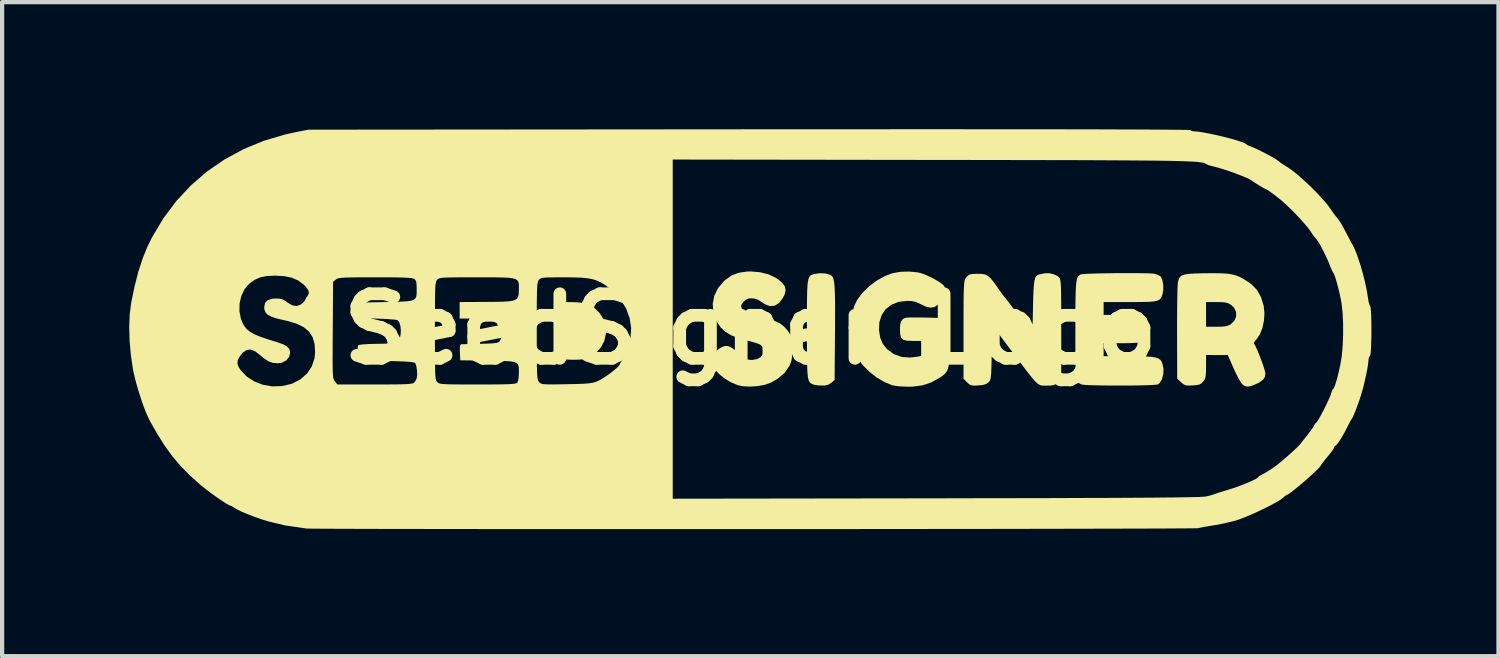
<source format=kicad_pcb>
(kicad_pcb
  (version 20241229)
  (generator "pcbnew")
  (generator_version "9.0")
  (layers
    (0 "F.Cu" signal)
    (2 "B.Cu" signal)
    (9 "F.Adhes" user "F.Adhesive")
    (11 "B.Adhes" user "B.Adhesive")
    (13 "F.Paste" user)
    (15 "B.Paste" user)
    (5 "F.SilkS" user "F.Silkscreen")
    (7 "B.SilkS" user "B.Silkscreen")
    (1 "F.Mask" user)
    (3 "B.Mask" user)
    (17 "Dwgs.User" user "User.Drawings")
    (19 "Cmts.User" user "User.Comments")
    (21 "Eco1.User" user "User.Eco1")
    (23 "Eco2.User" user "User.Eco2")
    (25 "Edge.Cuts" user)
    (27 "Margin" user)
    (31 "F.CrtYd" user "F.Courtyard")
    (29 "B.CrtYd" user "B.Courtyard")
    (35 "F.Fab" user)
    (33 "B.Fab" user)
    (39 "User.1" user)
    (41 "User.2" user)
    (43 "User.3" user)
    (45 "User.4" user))
  (footprint "SeedSigner_Logo"
    (layer "F.Cu")
    (at 14.664 4.719)
    (property "Reference" "SeedSigner_Logo" (at 0 0 0) (layer "F.SilkS") (effects (font (size 1.524 1.524) (thickness 0.3))))
    (attr board_only exclude_from_pos_files exclude_from_bom)
    (fp_poly (pts (xy -4.146 -0.635) (xy -4.036 -0.628) (xy -3.938 -0.618) (xy -3.869 -0.604) (xy -3.86 -0.601) (xy -3.695 -0.513) (xy -3.561 -0.38) (xy -3.488 -0.263) (xy -3.423 -0.079) (xy -3.411 0.104) (xy -3.449 0.279) (xy -3.535 0.439) (xy -3.666 0.576) (xy -3.807 0.667) (xy -3.876 0.695) (xy -3.957 0.713) (xy -4.066 0.721) (xy -4.18 0.723) (xy -4.295 0.72) (xy -4.387 0.715) (xy -4.443 0.707) (xy -4.454 0.702) (xy -4.456 0.671) (xy -4.458 0.594) (xy -4.458 0.481) (xy -4.459 0.341) (xy -4.459 0.183) (xy -4.458 0.017) (xy -4.457 -0.148) (xy -4.456 -0.302) (xy -4.454 -0.436) (xy -4.452 -0.54) (xy -4.45 -0.605) (xy -4.449 -0.618) (xy -4.422 -0.63) (xy -4.353 -0.637) (xy -4.257 -0.638)) (stroke (width 0) (type solid)) (fill yes) (layer "F.SilkS"))
    (fp_poly (pts (xy 1.765 -1.314) (xy 1.871 -1.287) (xy 1.892 -1.277) (xy 1.918 -1.259) (xy 1.941 -1.231) (xy 1.958 -1.188) (xy 1.972 -1.127) (xy 1.983 -1.041) (xy 1.99 -0.927) (xy 1.995 -0.779) (xy 1.998 -0.593) (xy 1.998 -0.363) (xy 1.997 -0.086) (xy 1.996 0.079) (xy 1.987 1.2) (xy 1.909 1.267) (xy 1.843 1.31) (xy 1.766 1.33) (xy 1.687 1.332) (xy 1.591 1.327) (xy 1.51 1.314) (xy 1.483 1.306) (xy 1.448 1.291) (xy 1.418 1.274) (xy 1.395 1.249) (xy 1.376 1.212) (xy 1.361 1.158) (xy 1.351 1.081) (xy 1.343 0.977) (xy 1.338 0.841) (xy 1.336 0.667) (xy 1.334 0.45) (xy 1.334 0.186) (xy 1.334 0) (xy 1.334 -0.296) (xy 1.334 -0.542) (xy 1.336 -0.742) (xy 1.34 -0.901) (xy 1.346 -1.025) (xy 1.356 -1.118) (xy 1.37 -1.185) (xy 1.388 -1.231) (xy 1.413 -1.261) (xy 1.443 -1.28) (xy 1.48 -1.293) (xy 1.523 -1.304) (xy 1.639 -1.32)) (stroke (width 0) (type solid)) (fill yes) (layer "F.SilkS"))
    (fp_poly (pts (xy 0.221 -1.344) (xy 0.426 -1.293) (xy 0.598 -1.212) (xy 0.626 -1.194) (xy 0.745 -1.1) (xy 0.812 -1.01) (xy 0.831 -0.917) (xy 0.803 -0.81) (xy 0.763 -0.732) (xy 0.673 -0.615) (xy 0.571 -0.552) (xy 0.459 -0.543) (xy 0.336 -0.59) (xy 0.262 -0.641) (xy 0.167 -0.701) (xy 0.066 -0.726) (xy -0.042 -0.724) (xy -0.101 -0.699) (xy -0.164 -0.645) (xy -0.21 -0.581) (xy -0.222 -0.539) (xy -0.196 -0.472) (xy -0.125 -0.41) (xy -0.019 -0.36) (xy 0.072 -0.335) (xy 0.334 -0.275) (xy 0.544 -0.207) (xy 0.701 -0.132) (xy 0.791 -0.063) (xy 0.877 0.032) (xy 0.934 0.117) (xy 0.967 0.208) (xy 0.983 0.321) (xy 0.987 0.472) (xy 0.984 0.606) (xy 0.976 0.702) (xy 0.958 0.777) (xy 0.929 0.849) (xy 0.917 0.872) (xy 0.805 1.034) (xy 0.643 1.172) (xy 0.477 1.266) (xy 0.336 1.315) (xy 0.165 1.345) (xy -0.014 1.357) (xy -0.182 1.348) (xy -0.298 1.323) (xy -0.459 1.256) (xy -0.608 1.167) (xy -0.737 1.063) (xy -0.84 0.953) (xy -0.908 0.842) (xy -0.935 0.739) (xy -0.931 0.697) (xy -0.891 0.613) (xy -0.816 0.525) (xy -0.724 0.451) (xy -0.632 0.405) (xy -0.609 0.4) (xy -0.558 0.397) (xy -0.509 0.406) (xy -0.451 0.434) (xy -0.377 0.486) (xy -0.276 0.568) (xy -0.211 0.622) (xy -0.13 0.685) (xy -0.064 0.717) (xy 0.008 0.727) (xy 0.046 0.727) (xy 0.159 0.707) (xy 0.245 0.657) (xy 0.301 0.588) (xy 0.321 0.511) (xy 0.3 0.434) (xy 0.235 0.369) (xy 0.218 0.359) (xy 0.163 0.337) (xy 0.072 0.31) (xy -0.036 0.281) (xy -0.052 0.277) (xy -0.277 0.215) (xy -0.454 0.145) (xy -0.592 0.063) (xy -0.699 -0.038) (xy -0.784 -0.161) (xy -0.804 -0.199) (xy -0.874 -0.396) (xy -0.89 -0.594) (xy -0.854 -0.786) (xy -0.765 -0.967) (xy -0.627 -1.131) (xy -0.601 -1.155) (xy -0.448 -1.264) (xy -0.28 -1.33) (xy -0.084 -1.359) (xy -0.001 -1.362)) (stroke (width 0) (type solid)) (fill yes) (layer "F.SilkS"))
    (fp_poly (pts (xy 11.128 -1.317) (xy 11.261 -1.308) (xy 11.368 -1.292) (xy 11.46 -1.268) (xy 11.547 -1.233) (xy 11.631 -1.19) (xy 11.817 -1.068) (xy 11.956 -0.926) (xy 12.053 -0.755) (xy 12.116 -0.547) (xy 12.116 -0.545) (xy 12.133 -0.376) (xy 12.122 -0.199) (xy 12.085 -0.028) (xy 12.026 0.123) (xy 11.949 0.238) (xy 11.926 0.261) (xy 11.888 0.311) (xy 11.89 0.345) (xy 11.921 0.4) (xy 11.963 0.492) (xy 12.011 0.607) (xy 12.059 0.732) (xy 12.102 0.853) (xy 12.135 0.957) (xy 12.153 1.028) (xy 12.155 1.045) (xy 12.143 1.129) (xy 12.099 1.195) (xy 12.015 1.256) (xy 11.936 1.296) (xy 11.817 1.344) (xy 11.73 1.358) (xy 11.659 1.338) (xy 11.608 1.299) (xy 11.571 1.249) (xy 11.519 1.161) (xy 11.461 1.046) (xy 11.405 0.925) (xy 11.269 0.613) (xy 11.012 0.612) (xy 10.755 0.611) (xy 10.755 0.882) (xy 10.753 1.011) (xy 10.747 1.098) (xy 10.735 1.158) (xy 10.712 1.203) (xy 10.689 1.235) (xy 10.646 1.281) (xy 10.598 1.307) (xy 10.526 1.322) (xy 10.443 1.328) (xy 10.342 1.333) (xy 10.277 1.326) (xy 10.227 1.304) (xy 10.172 1.26) (xy 10.168 1.256) (xy 10.074 1.172) (xy 10.071 0.079) (xy 10.071 -0.056) (xy 10.755 -0.056) (xy 10.998 -0.056) (xy 11.13 -0.059) (xy 11.222 -0.069) (xy 11.29 -0.09) (xy 11.332 -0.111) (xy 11.421 -0.194) (xy 11.465 -0.295) (xy 11.464 -0.404) (xy 11.416 -0.505) (xy 11.341 -0.576) (xy 11.286 -0.607) (xy 11.225 -0.627) (xy 11.144 -0.636) (xy 11.025 -0.639) (xy 11.001 -0.639) (xy 10.755 -0.639) (xy 10.755 -0.056) (xy 10.071 -0.056) (xy 10.071 -0.167) (xy 10.072 -0.398) (xy 10.074 -0.609) (xy 10.077 -0.793) (xy 10.081 -0.942) (xy 10.086 -1.051) (xy 10.091 -1.112) (xy 10.093 -1.119) (xy 10.112 -1.182) (xy 10.139 -1.23) (xy 10.183 -1.265) (xy 10.249 -1.289) (xy 10.346 -1.304) (xy 10.481 -1.313) (xy 10.662 -1.318) (xy 10.746 -1.319) (xy 10.96 -1.32)) (stroke (width 0) (type solid)) (fill yes) (layer "F.SilkS"))
    (fp_poly (pts (xy 7.153 -1.297) (xy 7.244 -1.257) (xy 7.288 -1.221) (xy 7.3 -1.203) (xy 7.31 -1.176) (xy 7.318 -1.137) (xy 7.324 -1.08) (xy 7.329 -0.999) (xy 7.332 -0.889) (xy 7.334 -0.746) (xy 7.336 -0.564) (xy 7.336 -0.338) (xy 7.337 -0.062) (xy 7.337 0.005) (xy 7.337 1.171) (xy 7.255 1.253) (xy 7.205 1.297) (xy 7.154 1.322) (xy 7.083 1.332) (xy 6.992 1.334) (xy 6.937 1.334) (xy 6.891 1.333) (xy 6.849 1.325) (xy 6.809 1.307) (xy 6.764 1.274) (xy 6.711 1.222) (xy 6.646 1.147) (xy 6.564 1.044) (xy 6.461 0.91) (xy 6.333 0.739) (xy 6.188 0.547) (xy 5.711 -0.087) (xy 5.697 0.553) (xy 5.692 0.758) (xy 5.688 0.915) (xy 5.683 1.031) (xy 5.676 1.114) (xy 5.668 1.17) (xy 5.656 1.208) (xy 5.641 1.234) (xy 5.621 1.255) (xy 5.569 1.293) (xy 5.495 1.316) (xy 5.383 1.329) (xy 5.379 1.329) (xy 5.279 1.333) (xy 5.216 1.327) (xy 5.169 1.305) (xy 5.121 1.263) (xy 5.114 1.256) (xy 5.03 1.171) (xy 5.03 0.022) (xy 5.03 -0.264) (xy 5.031 -0.499) (xy 5.032 -0.689) (xy 5.034 -0.84) (xy 5.038 -0.955) (xy 5.042 -1.042) (xy 5.049 -1.104) (xy 5.056 -1.147) (xy 5.066 -1.176) (xy 5.077 -1.196) (xy 5.12 -1.252) (xy 5.163 -1.285) (xy 5.223 -1.3) (xy 5.316 -1.305) (xy 5.364 -1.306) (xy 5.464 -1.303) (xy 5.542 -1.289) (xy 5.607 -1.256) (xy 5.671 -1.198) (xy 5.745 -1.107) (xy 5.826 -0.993) (xy 5.895 -0.895) (xy 5.953 -0.815) (xy 5.992 -0.764) (xy 6.004 -0.75) (xy 6.027 -0.723) (xy 6.075 -0.661) (xy 6.14 -0.575) (xy 6.186 -0.512) (xy 6.28 -0.383) (xy 6.384 -0.242) (xy 6.48 -0.112) (xy 6.503 -0.081) (xy 6.656 0.124) (xy 6.67 -0.514) (xy 6.675 -0.739) (xy 6.682 -0.915) (xy 6.692 -1.048) (xy 6.705 -1.144) (xy 6.723 -1.21) (xy 6.748 -1.253) (xy 6.781 -1.278) (xy 6.822 -1.292) (xy 6.829 -1.293) (xy 6.911 -1.31) (xy 6.954 -1.319) (xy 7.049 -1.32)) (stroke (width 0) (type solid)) (fill yes) (layer "F.SilkS"))
    (fp_poly (pts (xy 3.936 -1.341) (xy 4.016 -1.324) (xy 4.121 -1.287) (xy 4.241 -1.233) (xy 4.362 -1.17) (xy 4.468 -1.106) (xy 4.545 -1.048) (xy 4.572 -1.019) (xy 4.61 -0.922) (xy 4.594 -0.814) (xy 4.532 -0.702) (xy 4.436 -0.587) (xy 4.346 -0.522) (xy 4.25 -0.506) (xy 4.137 -0.533) (xy 4.03 -0.585) (xy 3.918 -0.637) (xy 3.815 -0.661) (xy 3.702 -0.667) (xy 3.5 -0.644) (xy 3.33 -0.578) (xy 3.194 -0.472) (xy 3.097 -0.331) (xy 3.043 -0.16) (xy 3.035 0.027) (xy 3.064 0.205) (xy 3.124 0.347) (xy 3.223 0.47) (xy 3.233 0.48) (xy 3.389 0.592) (xy 3.565 0.656) (xy 3.765 0.671) (xy 3.911 0.655) (xy 4.03 0.634) (xy 4.03 0.278) (xy 3.825 0.278) (xy 3.694 0.273) (xy 3.607 0.251) (xy 3.558 0.203) (xy 3.535 0.123) (xy 3.529 0.005) (xy 3.534 -0.102) (xy 3.55 -0.171) (xy 3.582 -0.219) (xy 3.587 -0.224) (xy 3.611 -0.245) (xy 3.64 -0.26) (xy 3.684 -0.27) (xy 3.751 -0.275) (xy 3.85 -0.276) (xy 3.989 -0.275) (xy 4.114 -0.273) (xy 4.29 -0.269) (xy 4.419 -0.264) (xy 4.509 -0.257) (xy 4.569 -0.247) (xy 4.607 -0.233) (xy 4.633 -0.215) (xy 4.633 -0.214) (xy 4.651 -0.191) (xy 4.664 -0.154) (xy 4.674 -0.097) (xy 4.681 -0.012) (xy 4.686 0.11) (xy 4.69 0.276) (xy 4.692 0.344) (xy 4.694 0.552) (xy 4.692 0.713) (xy 4.684 0.835) (xy 4.666 0.926) (xy 4.636 0.996) (xy 4.593 1.051) (xy 4.533 1.102) (xy 4.469 1.146) (xy 4.268 1.258) (xy 4.061 1.327) (xy 3.832 1.357) (xy 3.718 1.359) (xy 3.588 1.355) (xy 3.466 1.345) (xy 3.372 1.33) (xy 3.348 1.325) (xy 3.163 1.25) (xy 2.975 1.138) (xy 2.799 0.999) (xy 2.647 0.844) (xy 2.532 0.684) (xy 2.506 0.636) (xy 2.423 0.41) (xy 2.376 0.167) (xy 2.365 -0.083) (xy 2.39 -0.325) (xy 2.451 -0.547) (xy 2.517 -0.685) (xy 2.638 -0.851) (xy 2.8 -1.009) (xy 2.987 -1.149) (xy 3.185 -1.258) (xy 3.358 -1.321) (xy 3.543 -1.353) (xy 3.744 -1.359)) (stroke (width 0) (type solid)) (fill yes) (layer "F.SilkS"))
    (fp_poly (pts (xy 9.152 -1.321) (xy 9.305 -1.319) (xy 9.427 -1.315) (xy 9.508 -1.31) (xy 9.53 -1.307) (xy 9.614 -1.283) (xy 9.676 -1.249) (xy 9.689 -1.236) (xy 9.725 -1.154) (xy 9.744 -1.042) (xy 9.745 -0.922) (xy 9.729 -0.832) (xy 9.71 -0.773) (xy 9.686 -0.728) (xy 9.652 -0.694) (xy 9.6 -0.67) (xy 9.524 -0.654) (xy 9.416 -0.645) (xy 9.27 -0.641) (xy 9.079 -0.639) (xy 8.956 -0.639) (xy 8.337 -0.639) (xy 8.337 -0.337) (xy 8.781 -0.328) (xy 8.95 -0.324) (xy 9.072 -0.32) (xy 9.156 -0.313) (xy 9.213 -0.303) (xy 9.25 -0.288) (xy 9.276 -0.268) (xy 9.281 -0.264) (xy 9.329 -0.185) (xy 9.354 -0.08) (xy 9.358 0.036) (xy 9.341 0.148) (xy 9.305 0.242) (xy 9.251 0.3) (xy 9.237 0.307) (xy 9.185 0.316) (xy 9.089 0.324) (xy 8.962 0.33) (xy 8.815 0.333) (xy 8.752 0.333) (xy 8.337 0.333) (xy 8.337 0.639) (xy 8.923 0.639) (xy 9.148 0.64) (xy 9.325 0.645) (xy 9.459 0.654) (xy 9.557 0.669) (xy 9.626 0.692) (xy 9.674 0.724) (xy 9.705 0.766) (xy 9.725 0.812) (xy 9.75 0.937) (xy 9.745 1.065) (xy 9.715 1.181) (xy 9.662 1.269) (xy 9.619 1.304) (xy 9.577 1.312) (xy 9.488 1.318) (xy 9.36 1.324) (xy 9.203 1.328) (xy 9.023 1.331) (xy 8.83 1.332) (xy 8.632 1.332) (xy 8.438 1.331) (xy 8.256 1.329) (xy 8.095 1.325) (xy 7.963 1.321) (xy 7.868 1.314) (xy 7.82 1.307) (xy 7.819 1.306) (xy 7.783 1.291) (xy 7.754 1.274) (xy 7.73 1.249) (xy 7.711 1.211) (xy 7.697 1.156) (xy 7.686 1.078) (xy 7.679 0.973) (xy 7.674 0.835) (xy 7.672 0.659) (xy 7.67 0.44) (xy 7.67 0.173) (xy 7.67 0.02) (xy 7.67 -0.277) (xy 7.671 -0.525) (xy 7.674 -0.726) (xy 7.678 -0.887) (xy 7.684 -1.012) (xy 7.693 -1.106) (xy 7.706 -1.175) (xy 7.722 -1.222) (xy 7.742 -1.254) (xy 7.767 -1.275) (xy 7.798 -1.291) (xy 7.801 -1.292) (xy 7.845 -1.299) (xy 7.935 -1.305) (xy 8.064 -1.31) (xy 8.222 -1.315) (xy 8.401 -1.318) (xy 8.593 -1.321) (xy 8.787 -1.322) (xy 8.977 -1.322)) (stroke (width 0) (type solid)) (fill yes) (layer "F.SilkS"))
    (fp_poly (pts (xy 5.373 -4.718) (xy 6.08 -4.718) (xy 6.733 -4.718) (xy 7.332 -4.717) (xy 7.876 -4.716) (xy 8.367 -4.715) (xy 8.804 -4.713) (xy 9.188 -4.712) (xy 9.519 -4.71) (xy 9.796 -4.708) (xy 10.02 -4.706) (xy 10.192 -4.704) (xy 10.311 -4.702) (xy 10.378 -4.699) (xy 10.393 -4.697) (xy 10.417 -4.677) (xy 10.471 -4.669) (xy 10.56 -4.662) (xy 10.681 -4.644) (xy 10.827 -4.617) (xy 10.987 -4.583) (xy 11.152 -4.544) (xy 11.311 -4.504) (xy 11.455 -4.463) (xy 11.573 -4.426) (xy 11.657 -4.394) (xy 11.696 -4.37) (xy 11.696 -4.37) (xy 11.734 -4.342) (xy 11.783 -4.321) (xy 11.858 -4.293) (xy 11.962 -4.246) (xy 12.082 -4.187) (xy 12.205 -4.123) (xy 12.317 -4.062) (xy 12.407 -4.009) (xy 12.46 -3.972) (xy 12.463 -3.97) (xy 12.524 -3.921) (xy 12.609 -3.864) (xy 12.654 -3.837) (xy 12.765 -3.764) (xy 12.901 -3.657) (xy 13.052 -3.525) (xy 13.209 -3.379) (xy 13.362 -3.226) (xy 13.501 -3.077) (xy 13.617 -2.941) (xy 13.689 -2.842) (xy 13.753 -2.751) (xy 13.814 -2.669) (xy 13.851 -2.626) (xy 13.892 -2.571) (xy 13.948 -2.482) (xy 14.009 -2.374) (xy 14.033 -2.328) (xy 14.095 -2.211) (xy 14.155 -2.098) (xy 14.204 -2.009) (xy 14.216 -1.987) (xy 14.272 -1.871) (xy 14.333 -1.712) (xy 14.395 -1.525) (xy 14.454 -1.321) (xy 14.506 -1.115) (xy 14.548 -0.918) (xy 14.576 -0.744) (xy 14.577 -0.736) (xy 14.592 -0.645) (xy 14.612 -0.577) (xy 14.627 -0.551) (xy 14.638 -0.517) (xy 14.646 -0.439) (xy 14.653 -0.326) (xy 14.657 -0.188) (xy 14.658 -0.035) (xy 14.658 0.123) (xy 14.655 0.275) (xy 14.65 0.413) (xy 14.644 0.524) (xy 14.635 0.601) (xy 14.623 0.633) (xy 14.623 0.633) (xy 14.6 0.665) (xy 14.589 0.729) (xy 14.589 0.732) (xy 14.582 0.811) (xy 14.563 0.93) (xy 14.535 1.074) (xy 14.5 1.229) (xy 14.463 1.382) (xy 14.425 1.518) (xy 14.424 1.524) (xy 14.386 1.642) (xy 14.342 1.768) (xy 14.297 1.889) (xy 14.255 1.995) (xy 14.221 2.073) (xy 14.199 2.111) (xy 14.198 2.112) (xy 14.177 2.142) (xy 14.141 2.209) (xy 14.096 2.298) (xy 14.093 2.303) (xy 14.029 2.428) (xy 13.963 2.545) (xy 13.901 2.644) (xy 13.849 2.716) (xy 13.814 2.75) (xy 13.809 2.751) (xy 13.785 2.773) (xy 13.783 2.786) (xy 13.766 2.822) (xy 13.721 2.887) (xy 13.656 2.971) (xy 13.63 3.001) (xy 13.558 3.089) (xy 13.5 3.165) (xy 13.465 3.215) (xy 13.461 3.224) (xy 13.431 3.263) (xy 13.368 3.328) (xy 13.279 3.412) (xy 13.174 3.508) (xy 13.059 3.608) (xy 12.944 3.705) (xy 12.838 3.791) (xy 12.748 3.861) (xy 12.682 3.906) (xy 12.653 3.919) (xy 12.62 3.938) (xy 12.571 3.982) (xy 12.57 3.983) (xy 12.515 4.025) (xy 12.418 4.084) (xy 12.29 4.153) (xy 12.14 4.229) (xy 11.98 4.305) (xy 11.819 4.378) (xy 11.667 4.442) (xy 11.535 4.492) (xy 11.459 4.517) (xy 11.314 4.555) (xy 11.144 4.592) (xy 10.98 4.624) (xy 10.935 4.631) (xy 10.807 4.652) (xy 10.691 4.673) (xy 10.603 4.691) (xy 10.572 4.699) (xy 10.54 4.7) (xy 10.454 4.702) (xy 10.318 4.703) (xy 10.133 4.704) (xy 9.902 4.706) (xy 9.627 4.707) (xy 9.31 4.708) (xy 8.955 4.709) (xy 8.562 4.71) (xy 8.135 4.711) (xy 7.676 4.712) (xy 7.187 4.713) (xy 6.671 4.714) (xy 6.129 4.715) (xy 5.565 4.716) (xy 4.98 4.716) (xy 4.378 4.717) (xy 3.759 4.718) (xy 3.128 4.718) (xy 2.485 4.719) (xy 1.833 4.719) (xy 1.175 4.719) (xy 0.514 4.72) (xy -0.15 4.72) (xy -0.813 4.72) (xy -1.472 4.72) (xy -2.127 4.72) (xy -2.773 4.72) (xy -3.41 4.72) (xy -4.034 4.72) (xy -4.643 4.72) (xy -5.236 4.72) (xy -5.808 4.719) (xy -6.36 4.719) (xy -6.886 4.718) (xy -7.387 4.718) (xy -7.858 4.717) (xy -8.299 4.716) (xy -8.706 4.716) (xy -9.077 4.715) (xy -9.409 4.714) (xy -9.702 4.713) (xy -9.951 4.712) (xy -10.155 4.711) (xy -10.311 4.71) (xy -10.418 4.708) (xy -10.472 4.707) (xy -10.477 4.707) (xy -10.986 4.633) (xy -11.373 4.54) (xy -11.535 4.491) (xy -11.702 4.432) (xy -11.863 4.371) (xy -12.007 4.31) (xy -12.121 4.255) (xy -12.196 4.21) (xy -12.202 4.205) (xy -12.251 4.175) (xy -12.274 4.168) (xy -12.314 4.152) (xy -12.389 4.109) (xy -12.488 4.044) (xy -12.604 3.964) (xy -12.725 3.877) (xy -12.844 3.787) (xy -12.951 3.703) (xy -12.978 3.68) (xy -13.228 3.458) (xy -13.448 3.234) (xy -13.648 2.998) (xy -13.835 2.739) (xy -14.018 2.446) (xy -14.19 2.14) (xy -14.252 2.006) (xy -14.32 1.833) (xy -14.39 1.633) (xy -14.456 1.422) (xy -14.515 1.214) (xy -14.56 1.023) (xy -14.576 0.945) (xy -14.595 0.815) (xy -12.11 0.815) (xy -12.076 0.903) (xy -12.035 0.966) (xy -11.892 1.118) (xy -11.713 1.234) (xy -11.51 1.313) (xy -11.291 1.351) (xy -11.066 1.345) (xy -10.844 1.295) (xy -10.808 1.282) (xy -10.617 1.182) (xy -10.464 1.046) (xy -10.354 0.88) (xy -10.3 0.719) (xy -9.863 0.719) (xy -9.862 0.865) (xy -9.86 0.978) (xy -9.856 1.061) (xy -9.851 1.121) (xy -9.844 1.163) (xy -9.834 1.192) (xy -9.822 1.214) (xy -9.809 1.232) (xy -9.75 1.306) (xy -8.865 1.306) (xy -8.616 1.306) (xy -8.416 1.305) (xy -8.261 1.303) (xy -8.143 1.299) (xy -8.058 1.294) (xy -8 1.287) (xy -7.963 1.278) (xy -7.941 1.267) (xy -7.936 1.262) (xy -7.895 1.201) (xy -7.875 1.15) (xy -7.866 1.07) (xy -7.871 0.973) (xy -7.885 0.88) (xy -7.908 0.812) (xy -7.918 0.797) (xy -7.957 0.784) (xy -8.046 0.773) (xy -8.187 0.764) (xy -8.382 0.756) (xy -8.609 0.75) (xy -9.268 0.736) (xy -9.276 0.573) (xy -9.276 0.48) (xy -9.268 0.408) (xy -9.256 0.38) (xy -9.218 0.369) (xy -9.134 0.359) (xy -9.012 0.352) (xy -8.863 0.348) (xy -8.831 0.347) (xy -8.652 0.344) (xy -8.52 0.339) (xy -8.427 0.329) (xy -8.364 0.314) (xy -8.324 0.291) (xy -8.298 0.258) (xy -8.286 0.234) (xy -8.259 0.141) (xy -8.252 0.042) (xy -7.448 0.042) (xy -7.448 0.325) (xy -7.447 0.559) (xy -7.446 0.747) (xy -7.444 0.895) (xy -7.442 1.008) (xy -7.437 1.092) (xy -7.432 1.152) (xy -7.424 1.193) (xy -7.415 1.22) (xy -7.403 1.239) (xy -7.392 1.251) (xy -7.375 1.266) (xy -7.352 1.278) (xy -7.319 1.287) (xy -7.268 1.295) (xy -7.194 1.3) (xy -7.092 1.303) (xy -6.954 1.305) (xy -6.775 1.306) (xy -6.549 1.306) (xy -6.437 1.306) (xy -6.184 1.306) (xy -5.982 1.305) (xy -5.824 1.303) (xy -5.705 1.299) (xy -5.619 1.294) (xy -5.561 1.287) (xy -5.525 1.278) (xy -5.505 1.267) (xy -5.502 1.264) (xy -5.484 1.215) (xy -5.47 1.129) (xy -5.466 1.043) (xy -5.466 0.956) (xy -5.47 0.889) (xy -5.486 0.838) (xy -5.52 0.801) (xy -5.577 0.776) (xy -5.664 0.761) (xy -5.787 0.752) (xy -5.952 0.747) (xy -6.166 0.744) (xy -6.208 0.744) (xy -6.85 0.736) (xy -6.858 0.549) (xy -6.86 0.441) (xy -6.852 0.38) (xy -6.833 0.358) (xy -6.831 0.358) (xy -6.791 0.356) (xy -6.707 0.354) (xy -6.589 0.351) (xy -6.448 0.348) (xy -6.382 0.347) (xy -6.21 0.342) (xy -6.086 0.336) (xy -6.002 0.326) (xy -5.951 0.313) (xy -5.928 0.299) (xy -5.884 0.222) (xy -5.859 0.11) (xy -5.858 0.042) (xy -5.044 0.042) (xy -5.044 0.325) (xy -5.043 0.557) (xy -5.042 0.745) (xy -5.04 0.893) (xy -5.037 1.006) (xy -5.033 1.09) (xy -5.027 1.15) (xy -5.02 1.191) (xy -5.01 1.219) (xy -4.998 1.238) (xy -4.989 1.25) (xy -4.969 1.27) (xy -4.945 1.284) (xy -4.91 1.295) (xy -4.855 1.301) (xy -4.774 1.304) (xy -4.658 1.305) (xy -4.5 1.303) (xy -4.35 1.3) (xy -4.15 1.297) (xy -3.997 1.292) (xy -3.881 1.286) (xy -3.794 1.277) (xy -3.725 1.266) (xy -3.667 1.25) (xy -3.611 1.229) (xy -3.532 1.19) (xy -3.436 1.13) (xy -3.334 1.06) (xy -3.237 0.986) (xy -3.156 0.918) (xy -3.101 0.863) (xy -3.085 0.832) (xy -3.067 0.793) (xy -3.029 0.744) (xy -2.974 0.661) (xy -2.92 0.537) (xy -2.871 0.384) (xy -2.832 0.216) (xy -2.831 0.211) (xy -2.815 -0.024) (xy -2.851 -0.259) (xy -2.934 -0.486) (xy -3.062 -0.698) (xy -3.231 -0.887) (xy -3.431 -1.043) (xy -3.529 -1.101) (xy -3.624 -1.145) (xy -3.725 -1.178) (xy -3.842 -1.2) (xy -3.985 -1.214) (xy -4.163 -1.221) (xy -4.386 -1.223) (xy -4.405 -1.223) (xy -4.591 -1.222) (xy -4.728 -1.221) (xy -4.826 -1.218) (xy -4.893 -1.211) (xy -4.937 -1.202) (xy -4.966 -1.188) (xy -4.987 -1.168) (xy -4.991 -1.164) (xy -5.004 -1.147) (xy -5.015 -1.125) (xy -5.023 -1.092) (xy -5.03 -1.043) (xy -5.035 -0.972) (xy -5.039 -0.875) (xy -5.041 -0.746) (xy -5.043 -0.581) (xy -5.044 -0.372) (xy -5.044 -0.117) (xy -5.044 0.042) (xy -5.858 0.042) (xy -5.857 -0.02) (xy -5.861 -0.056) (xy -5.874 -0.122) (xy -5.897 -0.171) (xy -5.937 -0.206) (xy -6.002 -0.228) (xy -6.101 -0.242) (xy -6.239 -0.248) (xy -6.424 -0.25) (xy -6.44 -0.25) (xy -6.864 -0.25) (xy -6.864 -0.639) (xy -6.274 -0.642) (xy -6.041 -0.644) (xy -5.859 -0.647) (xy -5.72 -0.655) (xy -5.618 -0.67) (xy -5.548 -0.692) (xy -5.504 -0.726) (xy -5.48 -0.773) (xy -5.469 -0.834) (xy -5.466 -0.913) (xy -5.466 -0.931) (xy -5.465 -1.007) (xy -5.467 -1.069) (xy -5.479 -1.118) (xy -5.504 -1.155) (xy -5.548 -1.182) (xy -5.617 -1.201) (xy -5.716 -1.213) (xy -5.85 -1.219) (xy -6.025 -1.222) (xy -6.245 -1.223) (xy -6.464 -1.223) (xy -6.708 -1.223) (xy -6.902 -1.222) (xy -7.053 -1.22) (xy -7.166 -1.218) (xy -7.248 -1.213) (xy -7.305 -1.207) (xy -7.344 -1.198) (xy -7.369 -1.186) (xy -7.388 -1.172) (xy -7.392 -1.167) (xy -7.406 -1.152) (xy -7.417 -1.132) (xy -7.426 -1.102) (xy -7.433 -1.058) (xy -7.438 -0.993) (xy -7.442 -0.903) (xy -7.445 -0.783) (xy -7.446 -0.626) (xy -7.447 -0.429) (xy -7.448 -0.185) (xy -7.448 0.042) (xy -8.252 0.042) (xy -8.252 0.032) (xy -8.262 -0.073) (xy -8.289 -0.16) (xy -8.329 -0.21) (xy -8.333 -0.212) (xy -8.375 -0.221) (xy -8.463 -0.229) (xy -8.584 -0.238) (xy -8.73 -0.245) (xy -8.823 -0.249) (xy -9.268 -0.264) (xy -9.268 -0.625) (xy -8.623 -0.639) (xy -8.4 -0.644) (xy -8.227 -0.65) (xy -8.097 -0.658) (xy -8.005 -0.673) (xy -7.942 -0.696) (xy -7.905 -0.73) (xy -7.886 -0.777) (xy -7.879 -0.841) (xy -7.878 -0.923) (xy -7.878 -0.948) (xy -7.881 -1.057) (xy -7.891 -1.125) (xy -7.913 -1.165) (xy -7.932 -1.183) (xy -7.957 -1.195) (xy -8.001 -1.204) (xy -8.07 -1.211) (xy -8.168 -1.216) (xy -8.302 -1.22) (xy -8.478 -1.222) (xy -8.7 -1.223) (xy -8.853 -1.223) (xy -9.097 -1.223) (xy -9.291 -1.222) (xy -9.442 -1.22) (xy -9.555 -1.217) (xy -9.638 -1.212) (xy -9.697 -1.206) (xy -9.737 -1.197) (xy -9.764 -1.185) (xy -9.786 -1.17) (xy -9.786 -1.17) (xy -9.852 -1.117) (xy -9.859 0.02) (xy -9.861 0.302) (xy -9.862 0.533) (xy -9.863 0.719) (xy -10.3 0.719) (xy -10.29 0.689) (xy -10.276 0.546) (xy -10.288 0.351) (xy -10.335 0.19) (xy -10.419 0.059) (xy -10.544 -0.046) (xy -10.715 -0.129) (xy -10.936 -0.195) (xy -10.996 -0.208) (xy -11.176 -0.25) (xy -11.307 -0.293) (xy -11.396 -0.341) (xy -11.449 -0.399) (xy -11.474 -0.47) (xy -11.477 -0.521) (xy -11.456 -0.62) (xy -11.391 -0.685) (xy -11.282 -0.718) (xy -11.205 -0.723) (xy -11.104 -0.718) (xy -11.032 -0.698) (xy -10.965 -0.655) (xy -10.937 -0.634) (xy -10.821 -0.563) (xy -10.711 -0.545) (xy -10.611 -0.582) (xy -10.575 -0.611) (xy -10.527 -0.662) (xy -10.505 -0.699) (xy -10.505 -0.702) (xy -10.487 -0.74) (xy -10.463 -0.768) (xy -10.423 -0.838) (xy -10.436 -0.918) (xy -10.502 -1.01) (xy -10.542 -1.049) (xy -10.672 -1.146) (xy -10.821 -1.212) (xy -11 -1.25) (xy -11.219 -1.262) (xy -11.227 -1.262) (xy -11.418 -1.253) (xy -11.571 -1.222) (xy -11.701 -1.165) (xy -11.825 -1.077) (xy -11.829 -1.074) (xy -11.94 -0.946) (xy -12.017 -0.785) (xy -12.059 -0.605) (xy -12.062 -0.418) (xy -12.026 -0.238) (xy -11.984 -0.137) (xy -11.938 -0.059) (xy -11.883 0.006) (xy -11.812 0.064) (xy -11.718 0.117) (xy -11.594 0.17) (xy -11.432 0.227) (xy -11.225 0.292) (xy -11.175 0.307) (xy -11.033 0.356) (xy -10.939 0.409) (xy -10.885 0.469) (xy -10.866 0.543) (xy -10.866 0.558) (xy -10.891 0.659) (xy -10.96 0.74) (xy -11.061 0.792) (xy -11.154 0.806) (xy -11.273 0.796) (xy -11.377 0.76) (xy -11.482 0.692) (xy -11.565 0.621) (xy -11.688 0.526) (xy -11.796 0.483) (xy -11.892 0.492) (xy -11.982 0.554) (xy -12.05 0.638) (xy -12.101 0.732) (xy -12.11 0.815) (xy -14.595 0.815) (xy -14.625 0.611) (xy -14.655 0.274) (xy -14.664 -0.051) (xy -14.652 -0.353) (xy -14.618 -0.618) (xy -14.617 -0.625) (xy -14.537 -1.011) (xy -14.45 -1.352) (xy -14.351 -1.657) (xy -14.238 -1.937) (xy -14.125 -2.167) (xy -13.858 -2.615) (xy -13.551 -3.024) (xy -13.207 -3.393) (xy -12.827 -3.721) (xy -12.417 -4.003) (xy -1.834 -4.003) (xy -1.834 4.003) (xy 4.384 3.994) (xy 5.117 3.992) (xy 5.796 3.991) (xy 6.423 3.99) (xy 6.999 3.989) (xy 7.527 3.987) (xy 8.008 3.985) (xy 8.443 3.984) (xy 8.835 3.982) (xy 9.185 3.98) (xy 9.495 3.978) (xy 9.766 3.975) (xy 10.001 3.973) (xy 10.2 3.97) (xy 10.366 3.967) (xy 10.501 3.964) (xy 10.606 3.961) (xy 10.683 3.957) (xy 10.733 3.954) (xy 10.755 3.95) (xy 10.851 3.927) (xy 10.931 3.903) (xy 10.963 3.892) (xy 11.014 3.873) (xy 11.103 3.844) (xy 11.213 3.811) (xy 11.256 3.799) (xy 11.376 3.761) (xy 11.508 3.715) (xy 11.641 3.664) (xy 11.764 3.614) (xy 11.868 3.567) (xy 11.943 3.529) (xy 11.976 3.504) (xy 11.977 3.501) (xy 12 3.477) (xy 12.059 3.441) (xy 12.103 3.418) (xy 12.194 3.368) (xy 12.302 3.299) (xy 12.388 3.239) (xy 12.466 3.178) (xy 12.562 3.098) (xy 12.668 3.007) (xy 12.773 2.914) (xy 12.866 2.828) (xy 12.939 2.758) (xy 12.98 2.713) (xy 12.983 2.71) (xy 13.008 2.676) (xy 13.058 2.612) (xy 13.126 2.527) (xy 13.156 2.488) (xy 13.226 2.398) (xy 13.279 2.322) (xy 13.308 2.272) (xy 13.311 2.262) (xy 13.334 2.224) (xy 13.351 2.214) (xy 13.377 2.185) (xy 13.419 2.116) (xy 13.473 2.019) (xy 13.533 1.906) (xy 13.592 1.786) (xy 13.645 1.673) (xy 13.687 1.576) (xy 13.712 1.508) (xy 13.715 1.496) (xy 13.735 1.44) (xy 13.751 1.419) (xy 13.778 1.378) (xy 13.812 1.288) (xy 13.851 1.156) (xy 13.892 0.988) (xy 13.926 0.834) (xy 13.959 0.629) (xy 13.981 0.388) (xy 13.991 0.127) (xy 13.99 -0.136) (xy 13.978 -0.385) (xy 13.954 -0.604) (xy 13.941 -0.681) (xy 13.91 -0.828) (xy 13.875 -0.973) (xy 13.839 -1.108) (xy 13.805 -1.22) (xy 13.777 -1.299) (xy 13.757 -1.334) (xy 13.737 -1.366) (xy 13.706 -1.434) (xy 13.678 -1.504) (xy 13.636 -1.608) (xy 13.581 -1.728) (xy 13.521 -1.85) (xy 13.461 -1.964) (xy 13.408 -2.056) (xy 13.367 -2.114) (xy 13.356 -2.126) (xy 13.323 -2.163) (xy 13.272 -2.232) (xy 13.219 -2.312) (xy 13.149 -2.406) (xy 13.047 -2.526) (xy 12.924 -2.661) (xy 12.79 -2.799) (xy 12.655 -2.929) (xy 12.529 -3.042) (xy 12.494 -3.071) (xy 12.393 -3.15) (xy 12.299 -3.221) (xy 12.221 -3.275) (xy 12.172 -3.304) (xy 12.161 -3.307) (xy 12.133 -3.32) (xy 12.073 -3.354) (xy 11.998 -3.399) (xy 11.923 -3.445) (xy 11.864 -3.483) (xy 11.839 -3.502) (xy 11.792 -3.533) (xy 11.702 -3.575) (xy 11.582 -3.625) (xy 11.441 -3.679) (xy 11.291 -3.732) (xy 11.142 -3.781) (xy 11.006 -3.821) (xy 10.894 -3.849) (xy 10.821 -3.868) (xy 10.772 -3.889) (xy 10.769 -3.891) (xy 10.754 -3.901) (xy 10.736 -3.911) (xy 10.712 -3.92) (xy 10.681 -3.928) (xy 10.641 -3.935) (xy 10.588 -3.942) (xy 10.522 -3.949) (xy 10.439 -3.954) (xy 10.338 -3.959) (xy 10.216 -3.964) (xy 10.072 -3.968) (xy 9.903 -3.972) (xy 9.707 -3.975) (xy 9.482 -3.978) (xy 9.226 -3.98) (xy 8.937 -3.982) (xy 8.611 -3.984) (xy 8.249 -3.986) (xy 7.846 -3.988) (xy 7.401 -3.989) (xy 6.912 -3.99) (xy 6.377 -3.991) (xy 5.793 -3.992) (xy 5.159 -3.993) (xy 4.472 -3.994) (xy 4.259 -3.994) (xy -1.834 -4.003) (xy -12.417 -4.003) (xy -12.412 -4.006) (xy -11.965 -4.248) (xy -11.488 -4.445) (xy -10.981 -4.595) (xy -10.741 -4.648) (xy -10.435 -4.708) (xy -0.021 -4.717) (xy 1.016 -4.717) (xy 1.998 -4.718) (xy 2.924 -4.718) (xy 3.795 -4.719) (xy 4.611 -4.719)) (stroke (width 0) (type solid)) (fill yes) (layer "F.SilkS")))
  (gr_rect
    (start -3 -3)
    (end 32.322 12.439)
    (stroke (width 0.1) (type default))
    (fill no)
    (layer "Edge.Cuts")))
</source>
